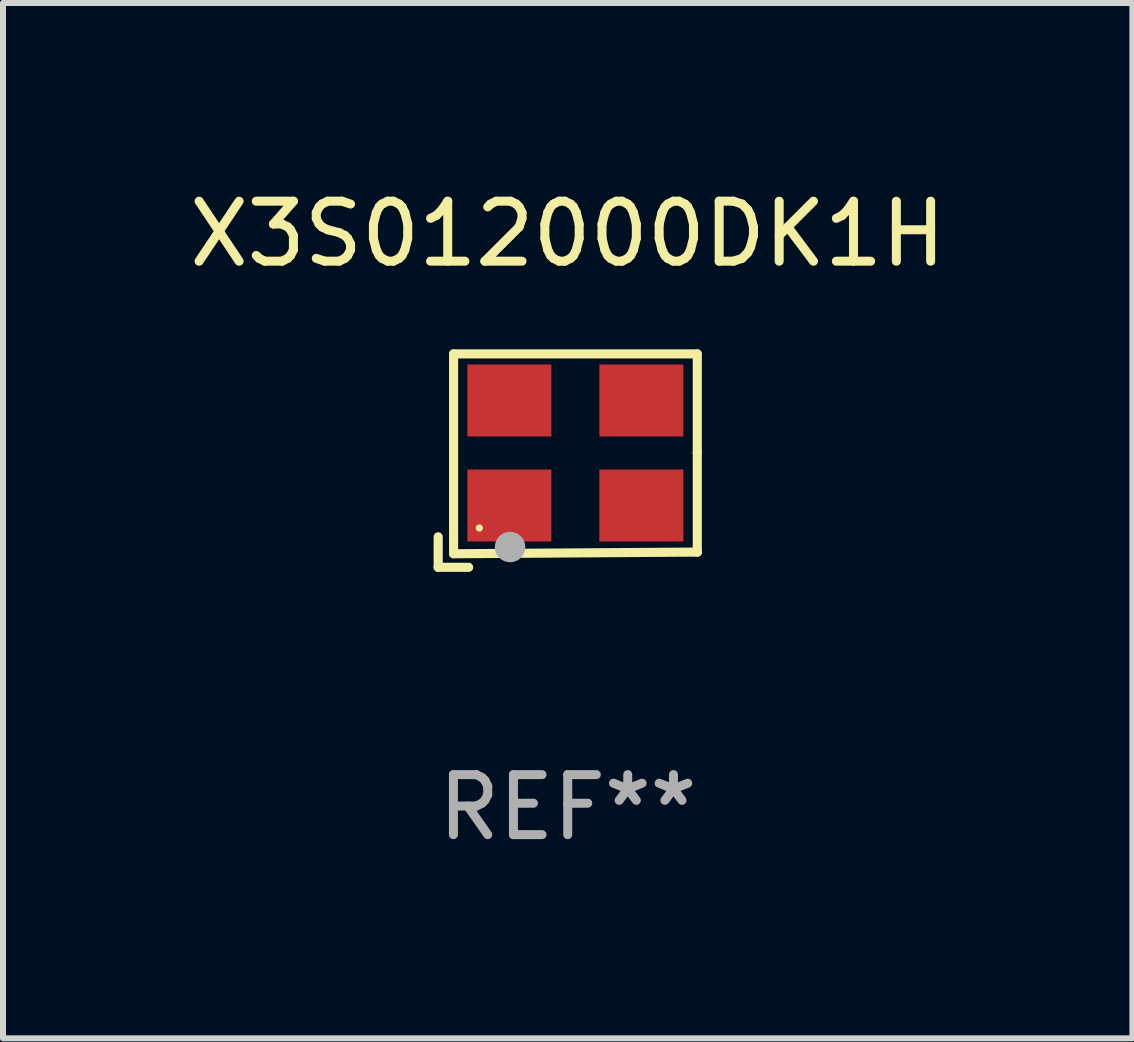
<source format=kicad_pcb>
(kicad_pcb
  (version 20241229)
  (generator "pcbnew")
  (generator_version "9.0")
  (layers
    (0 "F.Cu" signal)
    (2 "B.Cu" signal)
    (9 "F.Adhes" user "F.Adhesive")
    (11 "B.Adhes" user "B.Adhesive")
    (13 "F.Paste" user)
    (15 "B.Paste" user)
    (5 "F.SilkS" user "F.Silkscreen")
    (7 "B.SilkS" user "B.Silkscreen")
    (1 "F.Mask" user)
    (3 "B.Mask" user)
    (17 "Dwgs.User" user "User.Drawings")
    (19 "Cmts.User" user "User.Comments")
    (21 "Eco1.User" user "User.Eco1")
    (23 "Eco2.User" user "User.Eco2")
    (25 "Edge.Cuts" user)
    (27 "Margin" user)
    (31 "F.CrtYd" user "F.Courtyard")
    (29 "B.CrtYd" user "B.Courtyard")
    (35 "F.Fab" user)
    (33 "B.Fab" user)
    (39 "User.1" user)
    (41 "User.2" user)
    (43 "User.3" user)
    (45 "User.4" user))
  (footprint "X3S012000DK1H"
    (layer "F.Cu")
    (at 6.411 4.626)
    (property "Reference" "X3S012000DK1H" (at 0 -3.778 0) (layer "F.SilkS") (effects (font (size 1 1) (thickness 0.15))))
    (attr through_hole)
    (fp_line (start -2.159 1.27) (end -2.159 1.778) (stroke (width 0.152) (type solid)) (layer "F.SilkS"))
    (fp_line (start -2.159 1.778) (end -1.651 1.778) (stroke (width 0.152) (type solid)) (layer "F.SilkS"))
    (fp_line (start -1.902 -1.778) (end 2.159 -1.778) (stroke (width 0.152) (type solid)) (layer "F.SilkS"))
    (fp_line (start -1.902 1.552) (end -1.902 -1.778) (stroke (width 0.152) (type solid)) (layer "F.SilkS"))
    (fp_line (start 2.159 -1.778) (end 2.159 -0.127) (stroke (width 0.152) (type solid)) (layer "F.SilkS"))
    (fp_line (start 2.159 -0.127) (end 2.159 1.524) (stroke (width 0.152) (type solid)) (layer "F.SilkS"))
    (fp_line (start 2.159 1.524) (end -1.902 1.552) (stroke (width 0.152) (type solid)) (layer "F.SilkS"))
    (fp_line (start 2.159 1.524) (end 2.159 1.524) (stroke (width 0.152) (type solid)) (layer "F.SilkS"))
    (fp_circle (center -1.473 1.123) (end -1.443 1.123) (stroke (width 0.06) (type solid)) (fill no) (layer "F.SilkS"))
    (fp_circle (center -0.961 1.44) (end -0.834 1.44) (stroke (width 0.254) (type solid)) (fill no) (layer "F.Fab"))
    (fp_text user "REF**" (at 0 5.778 0) (layer "F.Fab") (effects (font (size 1 1) (thickness 0.15))))
    (pad "1" smd rect (at -0.973 0.748) (size 1.4 1.2) (layers "F.Cu" "F.Mask" "F.Paste"))
    (pad "2" smd rect (at 1.227 0.748) (size 1.4 1.2) (layers "F.Cu" "F.Mask" "F.Paste"))
    (pad "3" smd rect (at 1.227 -1.002) (size 1.4 1.2) (layers "F.Cu" "F.Mask" "F.Paste"))
    (pad "4" smd rect (at -0.973 -1.002) (size 1.4 1.2) (layers "F.Cu" "F.Mask" "F.Paste")))
  (gr_rect
    (start -3 -3)
    (end 15.821 14.253)
    (stroke (width 0.1) (type default))
    (fill no)
    (layer "Edge.Cuts")))
</source>
